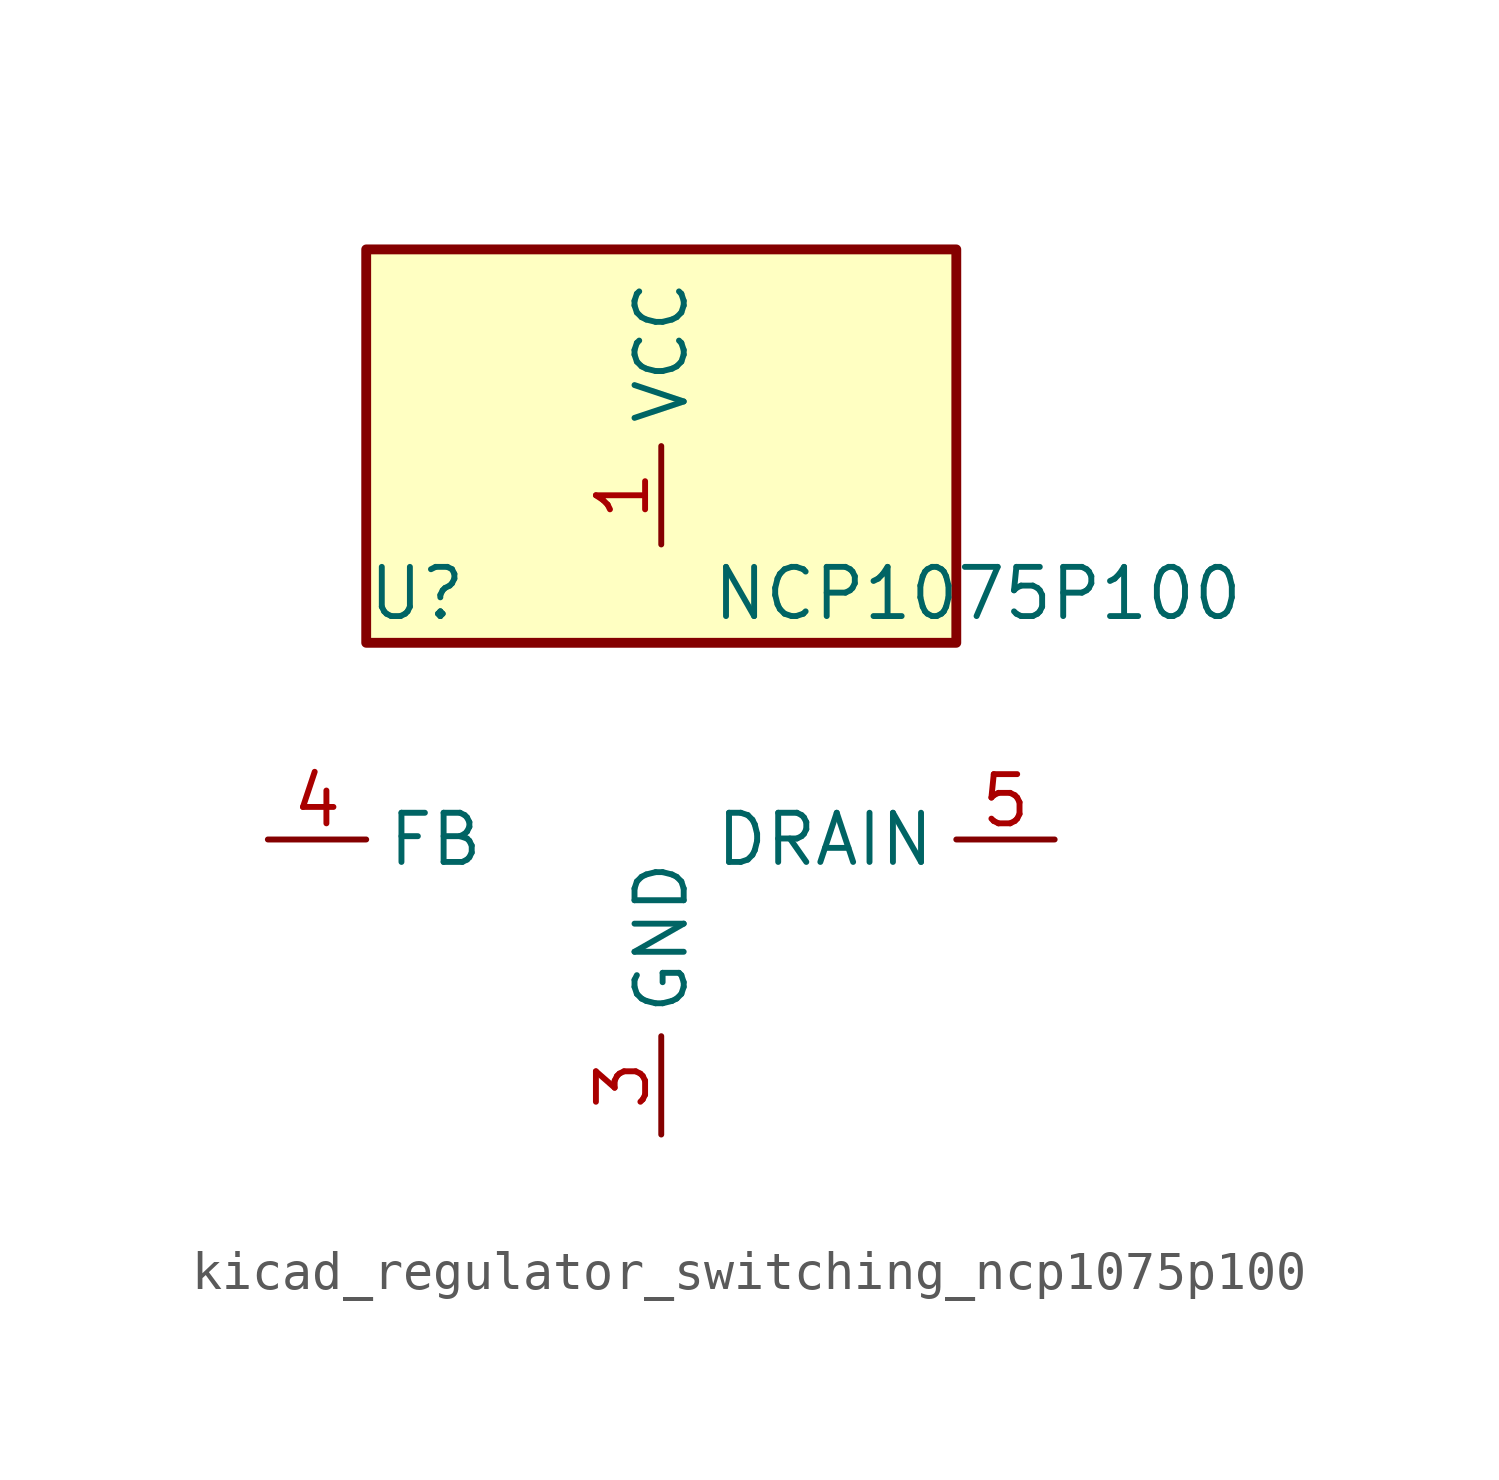
<source format=kicad_sym>
(kicad_symbol_lib
  (version 20220914)
  (generator kicad_symbol_editor)
  (symbol "kicad_regulator_switching_ncp1075p100"
    (property "Reference" "U"
      (at -7.62 6.35 0)
      (effects (font (size 1.27 1.27)) (justify left)))
    (property "Value" "NCP1075P100"
      (at 1.27 6.35 0)
      (effects (font (size 1.27 1.27)) (justify left)))
    (symbol "kicad_regulator_switching_ncp1075p100_0_1"
      (rectangle (start 7.62 15.24) (end -7.62 5.08) (stroke (width 0.254) (type default)) (fill (type background))))
    (symbol "kicad_regulator_switching_ncp1075p100_1_1"
      (pin power_in line (at 0 7.62 90) (length 2.54) (name "VCC" (effects (font (size 1.27 1.27)))) (number "1" (effects (font (size 1.27 1.27)))))
      (pin no_connect line (at -7.62 2.54 0) (length 2.54) hide (name "NC" (effects (font (size 1.27 1.27)))) (number "2" (effects (font (size 1.27 1.27)))))
      (pin power_in line (at 0 -7.62 90) (length 2.54) (name "GND" (effects (font (size 1.27 1.27)))) (number "3" (effects (font (size 1.27 1.27)))))
      (pin input line (at -10.16 0 0) (length 2.54) (name "FB" (effects (font (size 1.27 1.27)))) (number "4" (effects (font (size 1.27 1.27)))))
      (pin open_collector line (at 10.16 0 180) (length 2.54) (name "DRAIN" (effects (font (size 1.27 1.27)))) (number "5" (effects (font (size 1.27 1.27)))))
      (pin passive line (at 0 -7.62 90) (length 2.54) hide (name "GND" (effects (font (size 1.27 1.27)))) (number "7" (effects (font (size 1.27 1.27)))))
      (pin passive line (at 0 -7.62 90) (length 2.54) hide (name "GND" (effects (font (size 1.27 1.27)))) (number "8" (effects (font (size 1.27 1.27))))))))
</source>
